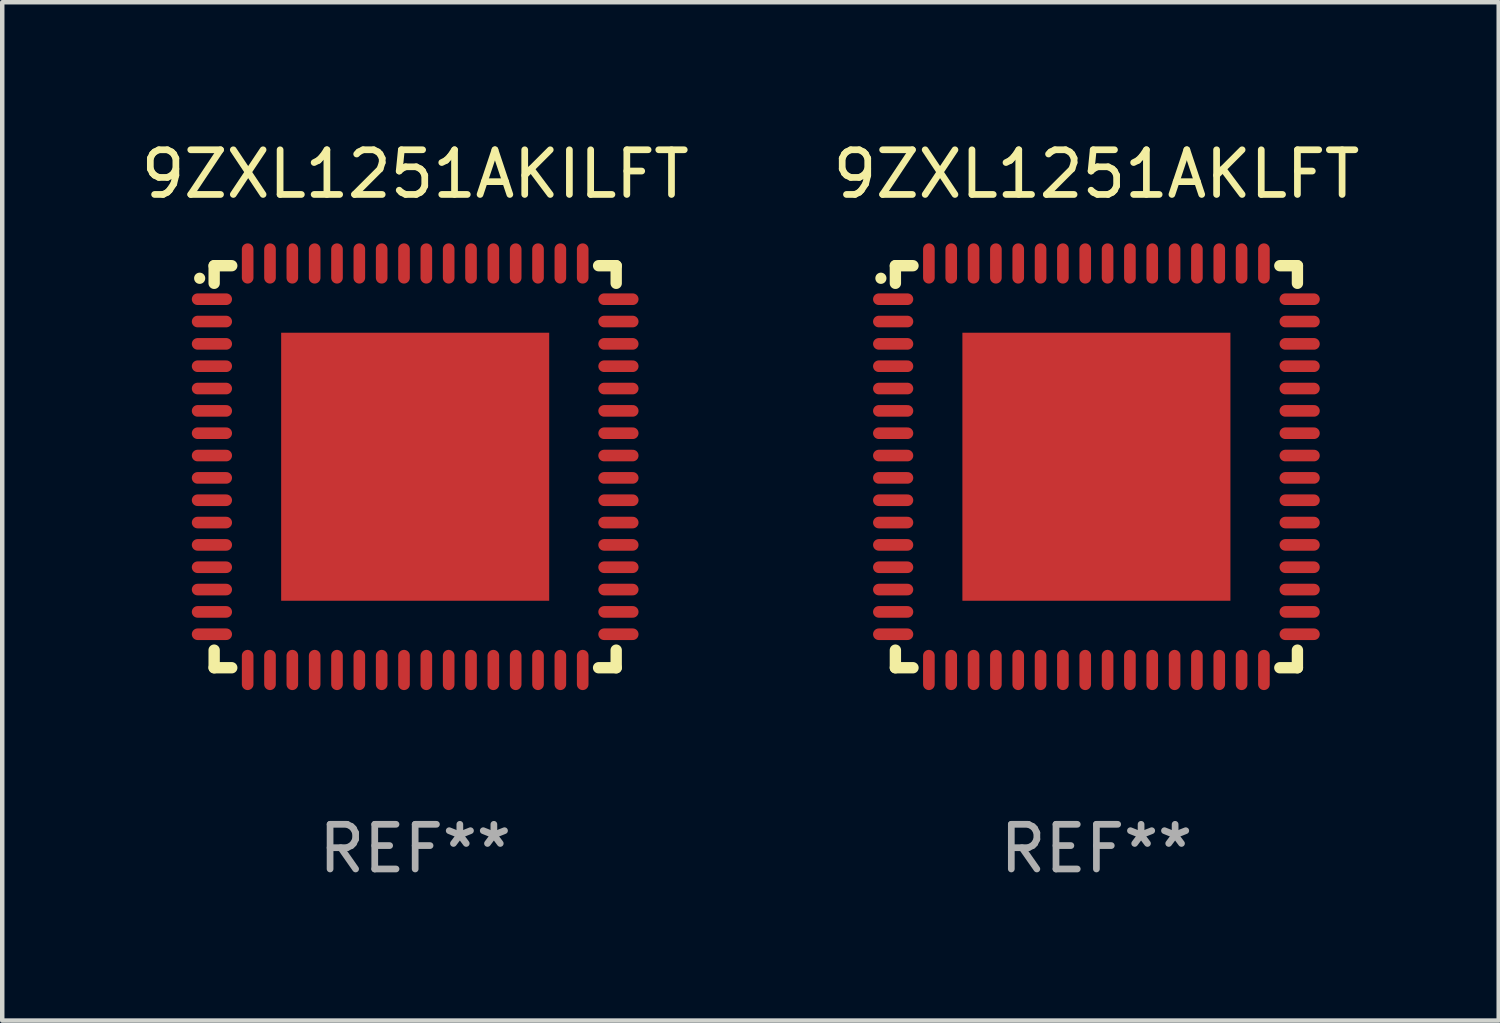
<source format=kicad_pcb>
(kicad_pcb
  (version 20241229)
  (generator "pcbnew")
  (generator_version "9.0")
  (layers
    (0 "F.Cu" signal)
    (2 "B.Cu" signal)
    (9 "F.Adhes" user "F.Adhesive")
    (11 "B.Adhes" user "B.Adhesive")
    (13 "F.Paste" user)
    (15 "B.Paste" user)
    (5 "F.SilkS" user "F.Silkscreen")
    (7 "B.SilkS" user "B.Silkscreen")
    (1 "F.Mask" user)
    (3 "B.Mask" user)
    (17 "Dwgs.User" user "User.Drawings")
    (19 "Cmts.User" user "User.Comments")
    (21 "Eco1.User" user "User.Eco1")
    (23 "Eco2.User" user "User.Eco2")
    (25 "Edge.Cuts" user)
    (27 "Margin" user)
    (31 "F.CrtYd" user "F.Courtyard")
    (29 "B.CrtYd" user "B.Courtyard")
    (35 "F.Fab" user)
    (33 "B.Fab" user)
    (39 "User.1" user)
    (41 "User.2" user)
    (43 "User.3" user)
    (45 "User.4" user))
  (footprint "9ZXL1251AKILFT"
    (layer "F.Cu")
    (at 6.244 7.398)
    (property "Reference" "9ZXL1251AKILFT" (at 0 -6.55 0) (layer "F.SilkS") (effects (font (size 1 1) (thickness 0.15))))
    (attr through_hole)
    (fp_line (start -4.5 -4.5) (end -4.106 -4.5) (stroke (width 0.254) (type solid)) (layer "F.SilkS"))
    (fp_line (start -4.5 -4.106) (end -4.5 -4.5) (stroke (width 0.254) (type solid)) (layer "F.SilkS"))
    (fp_line (start -4.5 4.5) (end -4.5 4.106) (stroke (width 0.254) (type solid)) (layer "F.SilkS"))
    (fp_line (start -4.106 4.5) (end -4.5 4.5) (stroke (width 0.254) (type solid)) (layer "F.SilkS"))
    (fp_line (start 4.106 -4.5) (end 4.5 -4.5) (stroke (width 0.254) (type solid)) (layer "F.SilkS"))
    (fp_line (start 4.5 -4.5) (end 4.5 -4.106) (stroke (width 0.254) (type solid)) (layer "F.SilkS"))
    (fp_line (start 4.5 4.106) (end 4.5 4.5) (stroke (width 0.254) (type solid)) (layer "F.SilkS"))
    (fp_line (start 4.5 4.5) (end 4.106 4.5) (stroke (width 0.254) (type solid)) (layer "F.SilkS"))
    (fp_arc (start -4.824308 -4.217501) (mid -4.824314 -4.218771) (end -4.824308 -4.220041) (stroke (width 0.24892) (type solid)) (layer "F.SilkS"))
    (fp_text user "REF**" (at 0 8.55 0) (layer "F.Fab") (effects (font (size 1 1) (thickness 0.15))))
    (pad "1" smd oval (at -4.55 -3.75) (size 0.9 0.26) (layers "F.Cu" "F.Mask" "F.Paste"))
    (pad "2" smd oval (at -4.55 -3.25) (size 0.9 0.26) (layers "F.Cu" "F.Mask" "F.Paste"))
    (pad "3" smd oval (at -4.55 -2.75) (size 0.9 0.26) (layers "F.Cu" "F.Mask" "F.Paste"))
    (pad "4" smd oval (at -4.55 -2.25) (size 0.9 0.26) (layers "F.Cu" "F.Mask" "F.Paste"))
    (pad "5" smd oval (at -4.55 -1.75) (size 0.9 0.26) (layers "F.Cu" "F.Mask" "F.Paste"))
    (pad "6" smd oval (at -4.55 -1.25) (size 0.9 0.26) (layers "F.Cu" "F.Mask" "F.Paste"))
    (pad "7" smd oval (at -4.55 -0.75) (size 0.9 0.26) (layers "F.Cu" "F.Mask" "F.Paste"))
    (pad "8" smd oval (at -4.55 -0.25) (size 0.9 0.26) (layers "F.Cu" "F.Mask" "F.Paste"))
    (pad "9" smd oval (at -4.55 0.25) (size 0.9 0.26) (layers "F.Cu" "F.Mask" "F.Paste"))
    (pad "10" smd oval (at -4.55 0.75) (size 0.9 0.26) (layers "F.Cu" "F.Mask" "F.Paste"))
    (pad "11" smd oval (at -4.55 1.25) (size 0.9 0.26) (layers "F.Cu" "F.Mask" "F.Paste"))
    (pad "12" smd oval (at -4.55 1.75) (size 0.9 0.26) (layers "F.Cu" "F.Mask" "F.Paste"))
    (pad "13" smd oval (at -4.55 2.25) (size 0.9 0.26) (layers "F.Cu" "F.Mask" "F.Paste"))
    (pad "14" smd oval (at -4.55 2.75) (size 0.9 0.26) (layers "F.Cu" "F.Mask" "F.Paste"))
    (pad "15" smd oval (at -4.55 3.25) (size 0.9 0.26) (layers "F.Cu" "F.Mask" "F.Paste"))
    (pad "16" smd oval (at -4.55 3.75) (size 0.9 0.26) (layers "F.Cu" "F.Mask" "F.Paste"))
    (pad "17" smd oval (at -3.75 4.55) (size 0.26 0.9) (layers "F.Cu" "F.Mask" "F.Paste"))
    (pad "18" smd oval (at -3.25 4.55) (size 0.26 0.9) (layers "F.Cu" "F.Mask" "F.Paste"))
    (pad "19" smd oval (at -2.75 4.55) (size 0.26 0.9) (layers "F.Cu" "F.Mask" "F.Paste"))
    (pad "20" smd oval (at -2.25 4.55) (size 0.26 0.9) (layers "F.Cu" "F.Mask" "F.Paste"))
    (pad "21" smd oval (at -1.75 4.55) (size 0.26 0.9) (layers "F.Cu" "F.Mask" "F.Paste"))
    (pad "22" smd oval (at -1.25 4.55) (size 0.26 0.9) (layers "F.Cu" "F.Mask" "F.Paste"))
    (pad "23" smd oval (at -0.75 4.55) (size 0.26 0.9) (layers "F.Cu" "F.Mask" "F.Paste"))
    (pad "24" smd oval (at -0.25 4.55) (size 0.26 0.9) (layers "F.Cu" "F.Mask" "F.Paste"))
    (pad "25" smd oval (at 0.25 4.55) (size 0.26 0.9) (layers "F.Cu" "F.Mask" "F.Paste"))
    (pad "26" smd oval (at 0.75 4.55) (size 0.26 0.9) (layers "F.Cu" "F.Mask" "F.Paste"))
    (pad "27" smd oval (at 1.25 4.55) (size 0.26 0.9) (layers "F.Cu" "F.Mask" "F.Paste"))
    (pad "28" smd oval (at 1.75 4.55) (size 0.26 0.9) (layers "F.Cu" "F.Mask" "F.Paste"))
    (pad "29" smd oval (at 2.25 4.55) (size 0.26 0.9) (layers "F.Cu" "F.Mask" "F.Paste"))
    (pad "30" smd oval (at 2.75 4.55) (size 0.26 0.9) (layers "F.Cu" "F.Mask" "F.Paste"))
    (pad "31" smd oval (at 3.25 4.55) (size 0.26 0.9) (layers "F.Cu" "F.Mask" "F.Paste"))
    (pad "32" smd oval (at 3.75 4.55) (size 0.26 0.9) (layers "F.Cu" "F.Mask" "F.Paste"))
    (pad "33" smd oval (at 4.55 3.75) (size 0.9 0.26) (layers "F.Cu" "F.Mask" "F.Paste"))
    (pad "34" smd oval (at 4.55 3.25) (size 0.9 0.26) (layers "F.Cu" "F.Mask" "F.Paste"))
    (pad "35" smd oval (at 4.55 2.75) (size 0.9 0.26) (layers "F.Cu" "F.Mask" "F.Paste"))
    (pad "36" smd oval (at 4.55 2.25) (size 0.9 0.26) (layers "F.Cu" "F.Mask" "F.Paste"))
    (pad "37" smd oval (at 4.55 1.75) (size 0.9 0.26) (layers "F.Cu" "F.Mask" "F.Paste"))
    (pad "38" smd oval (at 4.55 1.25) (size 0.9 0.26) (layers "F.Cu" "F.Mask" "F.Paste"))
    (pad "39" smd oval (at 4.55 0.75) (size 0.9 0.26) (layers "F.Cu" "F.Mask" "F.Paste"))
    (pad "40" smd oval (at 4.55 0.25) (size 0.9 0.26) (layers "F.Cu" "F.Mask" "F.Paste"))
    (pad "41" smd oval (at 4.55 -0.25) (size 0.9 0.26) (layers "F.Cu" "F.Mask" "F.Paste"))
    (pad "42" smd oval (at 4.55 -0.75) (size 0.9 0.26) (layers "F.Cu" "F.Mask" "F.Paste"))
    (pad "43" smd oval (at 4.55 -1.25) (size 0.9 0.26) (layers "F.Cu" "F.Mask" "F.Paste"))
    (pad "44" smd oval (at 4.55 -1.75) (size 0.9 0.26) (layers "F.Cu" "F.Mask" "F.Paste"))
    (pad "45" smd oval (at 4.55 -2.25) (size 0.9 0.26) (layers "F.Cu" "F.Mask" "F.Paste"))
    (pad "46" smd oval (at 4.55 -2.75) (size 0.9 0.26) (layers "F.Cu" "F.Mask" "F.Paste"))
    (pad "47" smd oval (at 4.55 -3.25) (size 0.9 0.26) (layers "F.Cu" "F.Mask" "F.Paste"))
    (pad "48" smd oval (at 4.55 -3.75) (size 0.9 0.26) (layers "F.Cu" "F.Mask" "F.Paste"))
    (pad "49" smd oval (at 3.75 -4.55) (size 0.26 0.9) (layers "F.Cu" "F.Mask" "F.Paste"))
    (pad "50" smd oval (at 3.25 -4.55) (size 0.26 0.9) (layers "F.Cu" "F.Mask" "F.Paste"))
    (pad "51" smd oval (at 2.75 -4.55) (size 0.26 0.9) (layers "F.Cu" "F.Mask" "F.Paste"))
    (pad "52" smd oval (at 2.25 -4.55) (size 0.26 0.9) (layers "F.Cu" "F.Mask" "F.Paste"))
    (pad "53" smd oval (at 1.75 -4.55) (size 0.26 0.9) (layers "F.Cu" "F.Mask" "F.Paste"))
    (pad "54" smd oval (at 1.25 -4.55) (size 0.26 0.9) (layers "F.Cu" "F.Mask" "F.Paste"))
    (pad "55" smd oval (at 0.75 -4.55) (size 0.26 0.9) (layers "F.Cu" "F.Mask" "F.Paste"))
    (pad "56" smd oval (at 0.25 -4.55) (size 0.26 0.9) (layers "F.Cu" "F.Mask" "F.Paste"))
    (pad "57" smd oval (at -0.25 -4.55) (size 0.26 0.9) (layers "F.Cu" "F.Mask" "F.Paste"))
    (pad "58" smd oval (at -0.75 -4.55) (size 0.26 0.9) (layers "F.Cu" "F.Mask" "F.Paste"))
    (pad "59" smd oval (at -1.25 -4.55) (size 0.26 0.9) (layers "F.Cu" "F.Mask" "F.Paste"))
    (pad "60" smd oval (at -1.75 -4.55) (size 0.26 0.9) (layers "F.Cu" "F.Mask" "F.Paste"))
    (pad "61" smd oval (at -2.25 -4.55) (size 0.26 0.9) (layers "F.Cu" "F.Mask" "F.Paste"))
    (pad "62" smd oval (at -2.75 -4.55) (size 0.26 0.9) (layers "F.Cu" "F.Mask" "F.Paste"))
    (pad "63" smd oval (at -3.25 -4.55) (size 0.26 0.9) (layers "F.Cu" "F.Mask" "F.Paste"))
    (pad "64" smd oval (at -3.75 -4.55) (size 0.26 0.9) (layers "F.Cu" "F.Mask" "F.Paste"))
    (pad "65" smd rect (at 0 0.000381) (size 6 6) (layers "F.Cu" "F.Mask" "F.Paste")))
  (footprint "9ZXL1251AKLFT"
    (layer "F.Cu")
    (at 21.494 7.398)
    (property "Reference" "9ZXL1251AKLFT" (at 0 -6.55 0) (layer "F.SilkS") (effects (font (size 1 1) (thickness 0.15))))
    (attr through_hole)
    (fp_line (start -4.5 -4.5) (end -4.106 -4.5) (stroke (width 0.254) (type solid)) (layer "F.SilkS"))
    (fp_line (start -4.5 -4.106) (end -4.5 -4.5) (stroke (width 0.254) (type solid)) (layer "F.SilkS"))
    (fp_line (start -4.5 4.5) (end -4.5 4.106) (stroke (width 0.254) (type solid)) (layer "F.SilkS"))
    (fp_line (start -4.106 4.5) (end -4.5 4.5) (stroke (width 0.254) (type solid)) (layer "F.SilkS"))
    (fp_line (start 4.106 -4.5) (end 4.5 -4.5) (stroke (width 0.254) (type solid)) (layer "F.SilkS"))
    (fp_line (start 4.5 -4.5) (end 4.5 -4.106) (stroke (width 0.254) (type solid)) (layer "F.SilkS"))
    (fp_line (start 4.5 4.106) (end 4.5 4.5) (stroke (width 0.254) (type solid)) (layer "F.SilkS"))
    (fp_line (start 4.5 4.5) (end 4.106 4.5) (stroke (width 0.254) (type solid)) (layer "F.SilkS"))
    (fp_arc (start -4.824308 -4.217501) (mid -4.824314 -4.218771) (end -4.824308 -4.220041) (stroke (width 0.24892) (type solid)) (layer "F.SilkS"))
    (fp_text user "REF**" (at 0 8.55 0) (layer "F.Fab") (effects (font (size 1 1) (thickness 0.15))))
    (pad "1" smd oval (at -4.55 -3.75) (size 0.9 0.26) (layers "F.Cu" "F.Mask" "F.Paste"))
    (pad "2" smd oval (at -4.55 -3.25) (size 0.9 0.26) (layers "F.Cu" "F.Mask" "F.Paste"))
    (pad "3" smd oval (at -4.55 -2.75) (size 0.9 0.26) (layers "F.Cu" "F.Mask" "F.Paste"))
    (pad "4" smd oval (at -4.55 -2.25) (size 0.9 0.26) (layers "F.Cu" "F.Mask" "F.Paste"))
    (pad "5" smd oval (at -4.55 -1.75) (size 0.9 0.26) (layers "F.Cu" "F.Mask" "F.Paste"))
    (pad "6" smd oval (at -4.55 -1.25) (size 0.9 0.26) (layers "F.Cu" "F.Mask" "F.Paste"))
    (pad "7" smd oval (at -4.55 -0.75) (size 0.9 0.26) (layers "F.Cu" "F.Mask" "F.Paste"))
    (pad "8" smd oval (at -4.55 -0.25) (size 0.9 0.26) (layers "F.Cu" "F.Mask" "F.Paste"))
    (pad "9" smd oval (at -4.55 0.25) (size 0.9 0.26) (layers "F.Cu" "F.Mask" "F.Paste"))
    (pad "10" smd oval (at -4.55 0.75) (size 0.9 0.26) (layers "F.Cu" "F.Mask" "F.Paste"))
    (pad "11" smd oval (at -4.55 1.25) (size 0.9 0.26) (layers "F.Cu" "F.Mask" "F.Paste"))
    (pad "12" smd oval (at -4.55 1.75) (size 0.9 0.26) (layers "F.Cu" "F.Mask" "F.Paste"))
    (pad "13" smd oval (at -4.55 2.25) (size 0.9 0.26) (layers "F.Cu" "F.Mask" "F.Paste"))
    (pad "14" smd oval (at -4.55 2.75) (size 0.9 0.26) (layers "F.Cu" "F.Mask" "F.Paste"))
    (pad "15" smd oval (at -4.55 3.25) (size 0.9 0.26) (layers "F.Cu" "F.Mask" "F.Paste"))
    (pad "16" smd oval (at -4.55 3.75) (size 0.9 0.26) (layers "F.Cu" "F.Mask" "F.Paste"))
    (pad "17" smd oval (at -3.75 4.55) (size 0.26 0.9) (layers "F.Cu" "F.Mask" "F.Paste"))
    (pad "18" smd oval (at -3.25 4.55) (size 0.26 0.9) (layers "F.Cu" "F.Mask" "F.Paste"))
    (pad "19" smd oval (at -2.75 4.55) (size 0.26 0.9) (layers "F.Cu" "F.Mask" "F.Paste"))
    (pad "20" smd oval (at -2.25 4.55) (size 0.26 0.9) (layers "F.Cu" "F.Mask" "F.Paste"))
    (pad "21" smd oval (at -1.75 4.55) (size 0.26 0.9) (layers "F.Cu" "F.Mask" "F.Paste"))
    (pad "22" smd oval (at -1.25 4.55) (size 0.26 0.9) (layers "F.Cu" "F.Mask" "F.Paste"))
    (pad "23" smd oval (at -0.75 4.55) (size 0.26 0.9) (layers "F.Cu" "F.Mask" "F.Paste"))
    (pad "24" smd oval (at -0.25 4.55) (size 0.26 0.9) (layers "F.Cu" "F.Mask" "F.Paste"))
    (pad "25" smd oval (at 0.25 4.55) (size 0.26 0.9) (layers "F.Cu" "F.Mask" "F.Paste"))
    (pad "26" smd oval (at 0.75 4.55) (size 0.26 0.9) (layers "F.Cu" "F.Mask" "F.Paste"))
    (pad "27" smd oval (at 1.25 4.55) (size 0.26 0.9) (layers "F.Cu" "F.Mask" "F.Paste"))
    (pad "28" smd oval (at 1.75 4.55) (size 0.26 0.9) (layers "F.Cu" "F.Mask" "F.Paste"))
    (pad "29" smd oval (at 2.25 4.55) (size 0.26 0.9) (layers "F.Cu" "F.Mask" "F.Paste"))
    (pad "30" smd oval (at 2.75 4.55) (size 0.26 0.9) (layers "F.Cu" "F.Mask" "F.Paste"))
    (pad "31" smd oval (at 3.25 4.55) (size 0.26 0.9) (layers "F.Cu" "F.Mask" "F.Paste"))
    (pad "32" smd oval (at 3.75 4.55) (size 0.26 0.9) (layers "F.Cu" "F.Mask" "F.Paste"))
    (pad "33" smd oval (at 4.55 3.75) (size 0.9 0.26) (layers "F.Cu" "F.Mask" "F.Paste"))
    (pad "34" smd oval (at 4.55 3.25) (size 0.9 0.26) (layers "F.Cu" "F.Mask" "F.Paste"))
    (pad "35" smd oval (at 4.55 2.75) (size 0.9 0.26) (layers "F.Cu" "F.Mask" "F.Paste"))
    (pad "36" smd oval (at 4.55 2.25) (size 0.9 0.26) (layers "F.Cu" "F.Mask" "F.Paste"))
    (pad "37" smd oval (at 4.55 1.75) (size 0.9 0.26) (layers "F.Cu" "F.Mask" "F.Paste"))
    (pad "38" smd oval (at 4.55 1.25) (size 0.9 0.26) (layers "F.Cu" "F.Mask" "F.Paste"))
    (pad "39" smd oval (at 4.55 0.75) (size 0.9 0.26) (layers "F.Cu" "F.Mask" "F.Paste"))
    (pad "40" smd oval (at 4.55 0.25) (size 0.9 0.26) (layers "F.Cu" "F.Mask" "F.Paste"))
    (pad "41" smd oval (at 4.55 -0.25) (size 0.9 0.26) (layers "F.Cu" "F.Mask" "F.Paste"))
    (pad "42" smd oval (at 4.55 -0.75) (size 0.9 0.26) (layers "F.Cu" "F.Mask" "F.Paste"))
    (pad "43" smd oval (at 4.55 -1.25) (size 0.9 0.26) (layers "F.Cu" "F.Mask" "F.Paste"))
    (pad "44" smd oval (at 4.55 -1.75) (size 0.9 0.26) (layers "F.Cu" "F.Mask" "F.Paste"))
    (pad "45" smd oval (at 4.55 -2.25) (size 0.9 0.26) (layers "F.Cu" "F.Mask" "F.Paste"))
    (pad "46" smd oval (at 4.55 -2.75) (size 0.9 0.26) (layers "F.Cu" "F.Mask" "F.Paste"))
    (pad "47" smd oval (at 4.55 -3.25) (size 0.9 0.26) (layers "F.Cu" "F.Mask" "F.Paste"))
    (pad "48" smd oval (at 4.55 -3.75) (size 0.9 0.26) (layers "F.Cu" "F.Mask" "F.Paste"))
    (pad "49" smd oval (at 3.75 -4.55) (size 0.26 0.9) (layers "F.Cu" "F.Mask" "F.Paste"))
    (pad "50" smd oval (at 3.25 -4.55) (size 0.26 0.9) (layers "F.Cu" "F.Mask" "F.Paste"))
    (pad "51" smd oval (at 2.75 -4.55) (size 0.26 0.9) (layers "F.Cu" "F.Mask" "F.Paste"))
    (pad "52" smd oval (at 2.25 -4.55) (size 0.26 0.9) (layers "F.Cu" "F.Mask" "F.Paste"))
    (pad "53" smd oval (at 1.75 -4.55) (size 0.26 0.9) (layers "F.Cu" "F.Mask" "F.Paste"))
    (pad "54" smd oval (at 1.25 -4.55) (size 0.26 0.9) (layers "F.Cu" "F.Mask" "F.Paste"))
    (pad "55" smd oval (at 0.75 -4.55) (size 0.26 0.9) (layers "F.Cu" "F.Mask" "F.Paste"))
    (pad "56" smd oval (at 0.25 -4.55) (size 0.26 0.9) (layers "F.Cu" "F.Mask" "F.Paste"))
    (pad "57" smd oval (at -0.25 -4.55) (size 0.26 0.9) (layers "F.Cu" "F.Mask" "F.Paste"))
    (pad "58" smd oval (at -0.75 -4.55) (size 0.26 0.9) (layers "F.Cu" "F.Mask" "F.Paste"))
    (pad "59" smd oval (at -1.25 -4.55) (size 0.26 0.9) (layers "F.Cu" "F.Mask" "F.Paste"))
    (pad "60" smd oval (at -1.75 -4.55) (size 0.26 0.9) (layers "F.Cu" "F.Mask" "F.Paste"))
    (pad "61" smd oval (at -2.25 -4.55) (size 0.26 0.9) (layers "F.Cu" "F.Mask" "F.Paste"))
    (pad "62" smd oval (at -2.75 -4.55) (size 0.26 0.9) (layers "F.Cu" "F.Mask" "F.Paste"))
    (pad "63" smd oval (at -3.25 -4.55) (size 0.26 0.9) (layers "F.Cu" "F.Mask" "F.Paste"))
    (pad "64" smd oval (at -3.75 -4.55) (size 0.26 0.9) (layers "F.Cu" "F.Mask" "F.Paste"))
    (pad "65" smd rect (at 0 0.000381) (size 6 6) (layers "F.Cu" "F.Mask" "F.Paste")))
  (gr_rect
    (start -3 -3)
    (end 30.5 19.797)
    (stroke (width 0.1) (type default))
    (fill no)
    (layer "Edge.Cuts")))
</source>
